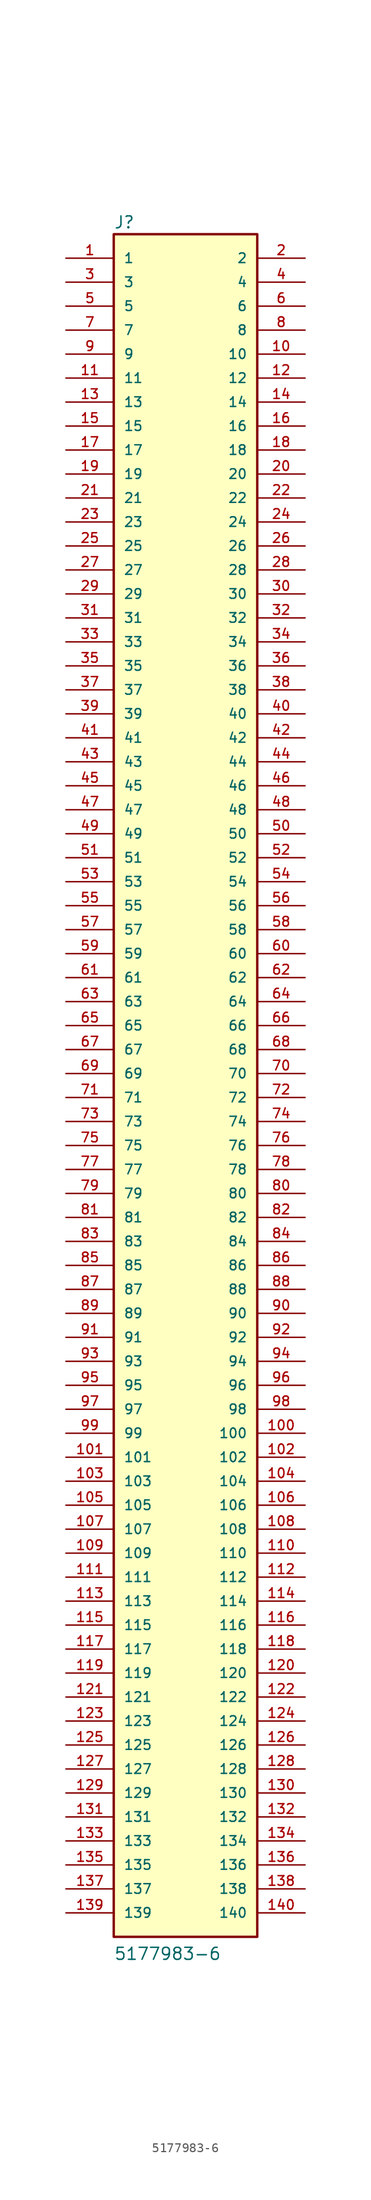
<source format=kicad_sym>
(kicad_symbol_lib
  (version 20211014)
  (generator kicad_symbol_editor)
  (symbol "5177983-6"
    (pin_names
      (offset 1.016))
    (property "Reference" "J"
      (at -7.62 89.408 0)
      (effects (font (size 1.27 1.27)) (justify left bottom)))
    (property "Value" "5177983-6"
      (at -7.62 -93.98 0)
      (effects (font (size 1.27 1.27)) (justify left bottom)))
    (symbol "5177983-6_0_0"
      (rectangle (start -7.62 -91.44) (end 7.62 88.9) (stroke (width 0.254) (type default) (color 0 0 0 0)) (fill (type background)))
      (pin passive line (at -12.7 86.36 0) (length 5.08) (name "1" (effects (font (size 1.016 1.016)))) (number "1" (effects (font (size 1.016 1.016)))))
      (pin passive line (at 12.7 76.2 180) (length 5.08) (name "10" (effects (font (size 1.016 1.016)))) (number "10" (effects (font (size 1.016 1.016)))))
      (pin passive line (at 12.7 -38.1 180) (length 5.08) (name "100" (effects (font (size 1.016 1.016)))) (number "100" (effects (font (size 1.016 1.016)))))
      (pin passive line (at -12.7 -40.64 0) (length 5.08) (name "101" (effects (font (size 1.016 1.016)))) (number "101" (effects (font (size 1.016 1.016)))))
      (pin passive line (at 12.7 -40.64 180) (length 5.08) (name "102" (effects (font (size 1.016 1.016)))) (number "102" (effects (font (size 1.016 1.016)))))
      (pin passive line (at -12.7 -43.18 0) (length 5.08) (name "103" (effects (font (size 1.016 1.016)))) (number "103" (effects (font (size 1.016 1.016)))))
      (pin passive line (at 12.7 -43.18 180) (length 5.08) (name "104" (effects (font (size 1.016 1.016)))) (number "104" (effects (font (size 1.016 1.016)))))
      (pin passive line (at -12.7 -45.72 0) (length 5.08) (name "105" (effects (font (size 1.016 1.016)))) (number "105" (effects (font (size 1.016 1.016)))))
      (pin passive line (at 12.7 -45.72 180) (length 5.08) (name "106" (effects (font (size 1.016 1.016)))) (number "106" (effects (font (size 1.016 1.016)))))
      (pin passive line (at -12.7 -48.26 0) (length 5.08) (name "107" (effects (font (size 1.016 1.016)))) (number "107" (effects (font (size 1.016 1.016)))))
      (pin passive line (at 12.7 -48.26 180) (length 5.08) (name "108" (effects (font (size 1.016 1.016)))) (number "108" (effects (font (size 1.016 1.016)))))
      (pin passive line (at -12.7 -50.8 0) (length 5.08) (name "109" (effects (font (size 1.016 1.016)))) (number "109" (effects (font (size 1.016 1.016)))))
      (pin passive line (at -12.7 73.66 0) (length 5.08) (name "11" (effects (font (size 1.016 1.016)))) (number "11" (effects (font (size 1.016 1.016)))))
      (pin passive line (at 12.7 -50.8 180) (length 5.08) (name "110" (effects (font (size 1.016 1.016)))) (number "110" (effects (font (size 1.016 1.016)))))
      (pin passive line (at -12.7 -53.34 0) (length 5.08) (name "111" (effects (font (size 1.016 1.016)))) (number "111" (effects (font (size 1.016 1.016)))))
      (pin passive line (at 12.7 -53.34 180) (length 5.08) (name "112" (effects (font (size 1.016 1.016)))) (number "112" (effects (font (size 1.016 1.016)))))
      (pin passive line (at -12.7 -55.88 0) (length 5.08) (name "113" (effects (font (size 1.016 1.016)))) (number "113" (effects (font (size 1.016 1.016)))))
      (pin passive line (at 12.7 -55.88 180) (length 5.08) (name "114" (effects (font (size 1.016 1.016)))) (number "114" (effects (font (size 1.016 1.016)))))
      (pin passive line (at -12.7 -58.42 0) (length 5.08) (name "115" (effects (font (size 1.016 1.016)))) (number "115" (effects (font (size 1.016 1.016)))))
      (pin passive line (at 12.7 -58.42 180) (length 5.08) (name "116" (effects (font (size 1.016 1.016)))) (number "116" (effects (font (size 1.016 1.016)))))
      (pin passive line (at -12.7 -60.96 0) (length 5.08) (name "117" (effects (font (size 1.016 1.016)))) (number "117" (effects (font (size 1.016 1.016)))))
      (pin passive line (at 12.7 -60.96 180) (length 5.08) (name "118" (effects (font (size 1.016 1.016)))) (number "118" (effects (font (size 1.016 1.016)))))
      (pin passive line (at -12.7 -63.5 0) (length 5.08) (name "119" (effects (font (size 1.016 1.016)))) (number "119" (effects (font (size 1.016 1.016)))))
      (pin passive line (at 12.7 73.66 180) (length 5.08) (name "12" (effects (font (size 1.016 1.016)))) (number "12" (effects (font (size 1.016 1.016)))))
      (pin passive line (at 12.7 -63.5 180) (length 5.08) (name "120" (effects (font (size 1.016 1.016)))) (number "120" (effects (font (size 1.016 1.016)))))
      (pin passive line (at -12.7 -66.04 0) (length 5.08) (name "121" (effects (font (size 1.016 1.016)))) (number "121" (effects (font (size 1.016 1.016)))))
      (pin passive line (at 12.7 -66.04 180) (length 5.08) (name "122" (effects (font (size 1.016 1.016)))) (number "122" (effects (font (size 1.016 1.016)))))
      (pin passive line (at -12.7 -68.58 0) (length 5.08) (name "123" (effects (font (size 1.016 1.016)))) (number "123" (effects (font (size 1.016 1.016)))))
      (pin passive line (at 12.7 -68.58 180) (length 5.08) (name "124" (effects (font (size 1.016 1.016)))) (number "124" (effects (font (size 1.016 1.016)))))
      (pin passive line (at -12.7 -71.12 0) (length 5.08) (name "125" (effects (font (size 1.016 1.016)))) (number "125" (effects (font (size 1.016 1.016)))))
      (pin passive line (at 12.7 -71.12 180) (length 5.08) (name "126" (effects (font (size 1.016 1.016)))) (number "126" (effects (font (size 1.016 1.016)))))
      (pin passive line (at -12.7 -73.66 0) (length 5.08) (name "127" (effects (font (size 1.016 1.016)))) (number "127" (effects (font (size 1.016 1.016)))))
      (pin passive line (at 12.7 -73.66 180) (length 5.08) (name "128" (effects (font (size 1.016 1.016)))) (number "128" (effects (font (size 1.016 1.016)))))
      (pin passive line (at -12.7 -76.2 0) (length 5.08) (name "129" (effects (font (size 1.016 1.016)))) (number "129" (effects (font (size 1.016 1.016)))))
      (pin passive line (at -12.7 71.12 0) (length 5.08) (name "13" (effects (font (size 1.016 1.016)))) (number "13" (effects (font (size 1.016 1.016)))))
      (pin passive line (at 12.7 -76.2 180) (length 5.08) (name "130" (effects (font (size 1.016 1.016)))) (number "130" (effects (font (size 1.016 1.016)))))
      (pin passive line (at -12.7 -78.74 0) (length 5.08) (name "131" (effects (font (size 1.016 1.016)))) (number "131" (effects (font (size 1.016 1.016)))))
      (pin passive line (at 12.7 -78.74 180) (length 5.08) (name "132" (effects (font (size 1.016 1.016)))) (number "132" (effects (font (size 1.016 1.016)))))
      (pin passive line (at -12.7 -81.28 0) (length 5.08) (name "133" (effects (font (size 1.016 1.016)))) (number "133" (effects (font (size 1.016 1.016)))))
      (pin passive line (at 12.7 -81.28 180) (length 5.08) (name "134" (effects (font (size 1.016 1.016)))) (number "134" (effects (font (size 1.016 1.016)))))
      (pin passive line (at -12.7 -83.82 0) (length 5.08) (name "135" (effects (font (size 1.016 1.016)))) (number "135" (effects (font (size 1.016 1.016)))))
      (pin passive line (at 12.7 -83.82 180) (length 5.08) (name "136" (effects (font (size 1.016 1.016)))) (number "136" (effects (font (size 1.016 1.016)))))
      (pin passive line (at -12.7 -86.36 0) (length 5.08) (name "137" (effects (font (size 1.016 1.016)))) (number "137" (effects (font (size 1.016 1.016)))))
      (pin passive line (at 12.7 -86.36 180) (length 5.08) (name "138" (effects (font (size 1.016 1.016)))) (number "138" (effects (font (size 1.016 1.016)))))
      (pin passive line (at -12.7 -88.9 0) (length 5.08) (name "139" (effects (font (size 1.016 1.016)))) (number "139" (effects (font (size 1.016 1.016)))))
      (pin passive line (at 12.7 71.12 180) (length 5.08) (name "14" (effects (font (size 1.016 1.016)))) (number "14" (effects (font (size 1.016 1.016)))))
      (pin passive line (at 12.7 -88.9 180) (length 5.08) (name "140" (effects (font (size 1.016 1.016)))) (number "140" (effects (font (size 1.016 1.016)))))
      (pin passive line (at -12.7 68.58 0) (length 5.08) (name "15" (effects (font (size 1.016 1.016)))) (number "15" (effects (font (size 1.016 1.016)))))
      (pin passive line (at 12.7 68.58 180) (length 5.08) (name "16" (effects (font (size 1.016 1.016)))) (number "16" (effects (font (size 1.016 1.016)))))
      (pin passive line (at -12.7 66.04 0) (length 5.08) (name "17" (effects (font (size 1.016 1.016)))) (number "17" (effects (font (size 1.016 1.016)))))
      (pin passive line (at 12.7 66.04 180) (length 5.08) (name "18" (effects (font (size 1.016 1.016)))) (number "18" (effects (font (size 1.016 1.016)))))
      (pin passive line (at -12.7 63.5 0) (length 5.08) (name "19" (effects (font (size 1.016 1.016)))) (number "19" (effects (font (size 1.016 1.016)))))
      (pin passive line (at 12.7 86.36 180) (length 5.08) (name "2" (effects (font (size 1.016 1.016)))) (number "2" (effects (font (size 1.016 1.016)))))
      (pin passive line (at 12.7 63.5 180) (length 5.08) (name "20" (effects (font (size 1.016 1.016)))) (number "20" (effects (font (size 1.016 1.016)))))
      (pin passive line (at -12.7 60.96 0) (length 5.08) (name "21" (effects (font (size 1.016 1.016)))) (number "21" (effects (font (size 1.016 1.016)))))
      (pin passive line (at 12.7 60.96 180) (length 5.08) (name "22" (effects (font (size 1.016 1.016)))) (number "22" (effects (font (size 1.016 1.016)))))
      (pin passive line (at -12.7 58.42 0) (length 5.08) (name "23" (effects (font (size 1.016 1.016)))) (number "23" (effects (font (size 1.016 1.016)))))
      (pin passive line (at 12.7 58.42 180) (length 5.08) (name "24" (effects (font (size 1.016 1.016)))) (number "24" (effects (font (size 1.016 1.016)))))
      (pin passive line (at -12.7 55.88 0) (length 5.08) (name "25" (effects (font (size 1.016 1.016)))) (number "25" (effects (font (size 1.016 1.016)))))
      (pin passive line (at 12.7 55.88 180) (length 5.08) (name "26" (effects (font (size 1.016 1.016)))) (number "26" (effects (font (size 1.016 1.016)))))
      (pin passive line (at -12.7 53.34 0) (length 5.08) (name "27" (effects (font (size 1.016 1.016)))) (number "27" (effects (font (size 1.016 1.016)))))
      (pin passive line (at 12.7 53.34 180) (length 5.08) (name "28" (effects (font (size 1.016 1.016)))) (number "28" (effects (font (size 1.016 1.016)))))
      (pin passive line (at -12.7 50.8 0) (length 5.08) (name "29" (effects (font (size 1.016 1.016)))) (number "29" (effects (font (size 1.016 1.016)))))
      (pin passive line (at -12.7 83.82 0) (length 5.08) (name "3" (effects (font (size 1.016 1.016)))) (number "3" (effects (font (size 1.016 1.016)))))
      (pin passive line (at 12.7 50.8 180) (length 5.08) (name "30" (effects (font (size 1.016 1.016)))) (number "30" (effects (font (size 1.016 1.016)))))
      (pin passive line (at -12.7 48.26 0) (length 5.08) (name "31" (effects (font (size 1.016 1.016)))) (number "31" (effects (font (size 1.016 1.016)))))
      (pin passive line (at 12.7 48.26 180) (length 5.08) (name "32" (effects (font (size 1.016 1.016)))) (number "32" (effects (font (size 1.016 1.016)))))
      (pin passive line (at -12.7 45.72 0) (length 5.08) (name "33" (effects (font (size 1.016 1.016)))) (number "33" (effects (font (size 1.016 1.016)))))
      (pin passive line (at 12.7 45.72 180) (length 5.08) (name "34" (effects (font (size 1.016 1.016)))) (number "34" (effects (font (size 1.016 1.016)))))
      (pin passive line (at -12.7 43.18 0) (length 5.08) (name "35" (effects (font (size 1.016 1.016)))) (number "35" (effects (font (size 1.016 1.016)))))
      (pin passive line (at 12.7 43.18 180) (length 5.08) (name "36" (effects (font (size 1.016 1.016)))) (number "36" (effects (font (size 1.016 1.016)))))
      (pin passive line (at -12.7 40.64 0) (length 5.08) (name "37" (effects (font (size 1.016 1.016)))) (number "37" (effects (font (size 1.016 1.016)))))
      (pin passive line (at 12.7 40.64 180) (length 5.08) (name "38" (effects (font (size 1.016 1.016)))) (number "38" (effects (font (size 1.016 1.016)))))
      (pin passive line (at -12.7 38.1 0) (length 5.08) (name "39" (effects (font (size 1.016 1.016)))) (number "39" (effects (font (size 1.016 1.016)))))
      (pin passive line (at 12.7 83.82 180) (length 5.08) (name "4" (effects (font (size 1.016 1.016)))) (number "4" (effects (font (size 1.016 1.016)))))
      (pin passive line (at 12.7 38.1 180) (length 5.08) (name "40" (effects (font (size 1.016 1.016)))) (number "40" (effects (font (size 1.016 1.016)))))
      (pin passive line (at -12.7 35.56 0) (length 5.08) (name "41" (effects (font (size 1.016 1.016)))) (number "41" (effects (font (size 1.016 1.016)))))
      (pin passive line (at 12.7 35.56 180) (length 5.08) (name "42" (effects (font (size 1.016 1.016)))) (number "42" (effects (font (size 1.016 1.016)))))
      (pin passive line (at -12.7 33.02 0) (length 5.08) (name "43" (effects (font (size 1.016 1.016)))) (number "43" (effects (font (size 1.016 1.016)))))
      (pin passive line (at 12.7 33.02 180) (length 5.08) (name "44" (effects (font (size 1.016 1.016)))) (number "44" (effects (font (size 1.016 1.016)))))
      (pin passive line (at -12.7 30.48 0) (length 5.08) (name "45" (effects (font (size 1.016 1.016)))) (number "45" (effects (font (size 1.016 1.016)))))
      (pin passive line (at 12.7 30.48 180) (length 5.08) (name "46" (effects (font (size 1.016 1.016)))) (number "46" (effects (font (size 1.016 1.016)))))
      (pin passive line (at -12.7 27.94 0) (length 5.08) (name "47" (effects (font (size 1.016 1.016)))) (number "47" (effects (font (size 1.016 1.016)))))
      (pin passive line (at 12.7 27.94 180) (length 5.08) (name "48" (effects (font (size 1.016 1.016)))) (number "48" (effects (font (size 1.016 1.016)))))
      (pin passive line (at -12.7 25.4 0) (length 5.08) (name "49" (effects (font (size 1.016 1.016)))) (number "49" (effects (font (size 1.016 1.016)))))
      (pin passive line (at -12.7 81.28 0) (length 5.08) (name "5" (effects (font (size 1.016 1.016)))) (number "5" (effects (font (size 1.016 1.016)))))
      (pin passive line (at 12.7 25.4 180) (length 5.08) (name "50" (effects (font (size 1.016 1.016)))) (number "50" (effects (font (size 1.016 1.016)))))
      (pin passive line (at -12.7 22.86 0) (length 5.08) (name "51" (effects (font (size 1.016 1.016)))) (number "51" (effects (font (size 1.016 1.016)))))
      (pin passive line (at 12.7 22.86 180) (length 5.08) (name "52" (effects (font (size 1.016 1.016)))) (number "52" (effects (font (size 1.016 1.016)))))
      (pin passive line (at -12.7 20.32 0) (length 5.08) (name "53" (effects (font (size 1.016 1.016)))) (number "53" (effects (font (size 1.016 1.016)))))
      (pin passive line (at 12.7 20.32 180) (length 5.08) (name "54" (effects (font (size 1.016 1.016)))) (number "54" (effects (font (size 1.016 1.016)))))
      (pin passive line (at -12.7 17.78 0) (length 5.08) (name "55" (effects (font (size 1.016 1.016)))) (number "55" (effects (font (size 1.016 1.016)))))
      (pin passive line (at 12.7 17.78 180) (length 5.08) (name "56" (effects (font (size 1.016 1.016)))) (number "56" (effects (font (size 1.016 1.016)))))
      (pin passive line (at -12.7 15.24 0) (length 5.08) (name "57" (effects (font (size 1.016 1.016)))) (number "57" (effects (font (size 1.016 1.016)))))
      (pin passive line (at 12.7 15.24 180) (length 5.08) (name "58" (effects (font (size 1.016 1.016)))) (number "58" (effects (font (size 1.016 1.016)))))
      (pin passive line (at -12.7 12.7 0) (length 5.08) (name "59" (effects (font (size 1.016 1.016)))) (number "59" (effects (font (size 1.016 1.016)))))
      (pin passive line (at 12.7 81.28 180) (length 5.08) (name "6" (effects (font (size 1.016 1.016)))) (number "6" (effects (font (size 1.016 1.016)))))
      (pin passive line (at 12.7 12.7 180) (length 5.08) (name "60" (effects (font (size 1.016 1.016)))) (number "60" (effects (font (size 1.016 1.016)))))
      (pin passive line (at -12.7 10.16 0) (length 5.08) (name "61" (effects (font (size 1.016 1.016)))) (number "61" (effects (font (size 1.016 1.016)))))
      (pin passive line (at 12.7 10.16 180) (length 5.08) (name "62" (effects (font (size 1.016 1.016)))) (number "62" (effects (font (size 1.016 1.016)))))
      (pin passive line (at -12.7 7.62 0) (length 5.08) (name "63" (effects (font (size 1.016 1.016)))) (number "63" (effects (font (size 1.016 1.016)))))
      (pin passive line (at 12.7 7.62 180) (length 5.08) (name "64" (effects (font (size 1.016 1.016)))) (number "64" (effects (font (size 1.016 1.016)))))
      (pin passive line (at -12.7 5.08 0) (length 5.08) (name "65" (effects (font (size 1.016 1.016)))) (number "65" (effects (font (size 1.016 1.016)))))
      (pin passive line (at 12.7 5.08 180) (length 5.08) (name "66" (effects (font (size 1.016 1.016)))) (number "66" (effects (font (size 1.016 1.016)))))
      (pin passive line (at -12.7 2.54 0) (length 5.08) (name "67" (effects (font (size 1.016 1.016)))) (number "67" (effects (font (size 1.016 1.016)))))
      (pin passive line (at 12.7 2.54 180) (length 5.08) (name "68" (effects (font (size 1.016 1.016)))) (number "68" (effects (font (size 1.016 1.016)))))
      (pin passive line (at -12.7 0 0) (length 5.08) (name "69" (effects (font (size 1.016 1.016)))) (number "69" (effects (font (size 1.016 1.016)))))
      (pin passive line (at -12.7 78.74 0) (length 5.08) (name "7" (effects (font (size 1.016 1.016)))) (number "7" (effects (font (size 1.016 1.016)))))
      (pin passive line (at 12.7 0 180) (length 5.08) (name "70" (effects (font (size 1.016 1.016)))) (number "70" (effects (font (size 1.016 1.016)))))
      (pin passive line (at -12.7 -2.54 0) (length 5.08) (name "71" (effects (font (size 1.016 1.016)))) (number "71" (effects (font (size 1.016 1.016)))))
      (pin passive line (at 12.7 -2.54 180) (length 5.08) (name "72" (effects (font (size 1.016 1.016)))) (number "72" (effects (font (size 1.016 1.016)))))
      (pin passive line (at -12.7 -5.08 0) (length 5.08) (name "73" (effects (font (size 1.016 1.016)))) (number "73" (effects (font (size 1.016 1.016)))))
      (pin passive line (at 12.7 -5.08 180) (length 5.08) (name "74" (effects (font (size 1.016 1.016)))) (number "74" (effects (font (size 1.016 1.016)))))
      (pin passive line (at -12.7 -7.62 0) (length 5.08) (name "75" (effects (font (size 1.016 1.016)))) (number "75" (effects (font (size 1.016 1.016)))))
      (pin passive line (at 12.7 -7.62 180) (length 5.08) (name "76" (effects (font (size 1.016 1.016)))) (number "76" (effects (font (size 1.016 1.016)))))
      (pin passive line (at -12.7 -10.16 0) (length 5.08) (name "77" (effects (font (size 1.016 1.016)))) (number "77" (effects (font (size 1.016 1.016)))))
      (pin passive line (at 12.7 -10.16 180) (length 5.08) (name "78" (effects (font (size 1.016 1.016)))) (number "78" (effects (font (size 1.016 1.016)))))
      (pin passive line (at -12.7 -12.7 0) (length 5.08) (name "79" (effects (font (size 1.016 1.016)))) (number "79" (effects (font (size 1.016 1.016)))))
      (pin passive line (at 12.7 78.74 180) (length 5.08) (name "8" (effects (font (size 1.016 1.016)))) (number "8" (effects (font (size 1.016 1.016)))))
      (pin passive line (at 12.7 -12.7 180) (length 5.08) (name "80" (effects (font (size 1.016 1.016)))) (number "80" (effects (font (size 1.016 1.016)))))
      (pin passive line (at -12.7 -15.24 0) (length 5.08) (name "81" (effects (font (size 1.016 1.016)))) (number "81" (effects (font (size 1.016 1.016)))))
      (pin passive line (at 12.7 -15.24 180) (length 5.08) (name "82" (effects (font (size 1.016 1.016)))) (number "82" (effects (font (size 1.016 1.016)))))
      (pin passive line (at -12.7 -17.78 0) (length 5.08) (name "83" (effects (font (size 1.016 1.016)))) (number "83" (effects (font (size 1.016 1.016)))))
      (pin passive line (at 12.7 -17.78 180) (length 5.08) (name "84" (effects (font (size 1.016 1.016)))) (number "84" (effects (font (size 1.016 1.016)))))
      (pin passive line (at -12.7 -20.32 0) (length 5.08) (name "85" (effects (font (size 1.016 1.016)))) (number "85" (effects (font (size 1.016 1.016)))))
      (pin passive line (at 12.7 -20.32 180) (length 5.08) (name "86" (effects (font (size 1.016 1.016)))) (number "86" (effects (font (size 1.016 1.016)))))
      (pin passive line (at -12.7 -22.86 0) (length 5.08) (name "87" (effects (font (size 1.016 1.016)))) (number "87" (effects (font (size 1.016 1.016)))))
      (pin passive line (at 12.7 -22.86 180) (length 5.08) (name "88" (effects (font (size 1.016 1.016)))) (number "88" (effects (font (size 1.016 1.016)))))
      (pin passive line (at -12.7 -25.4 0) (length 5.08) (name "89" (effects (font (size 1.016 1.016)))) (number "89" (effects (font (size 1.016 1.016)))))
      (pin passive line (at -12.7 76.2 0) (length 5.08) (name "9" (effects (font (size 1.016 1.016)))) (number "9" (effects (font (size 1.016 1.016)))))
      (pin passive line (at 12.7 -25.4 180) (length 5.08) (name "90" (effects (font (size 1.016 1.016)))) (number "90" (effects (font (size 1.016 1.016)))))
      (pin passive line (at -12.7 -27.94 0) (length 5.08) (name "91" (effects (font (size 1.016 1.016)))) (number "91" (effects (font (size 1.016 1.016)))))
      (pin passive line (at 12.7 -27.94 180) (length 5.08) (name "92" (effects (font (size 1.016 1.016)))) (number "92" (effects (font (size 1.016 1.016)))))
      (pin passive line (at -12.7 -30.48 0) (length 5.08) (name "93" (effects (font (size 1.016 1.016)))) (number "93" (effects (font (size 1.016 1.016)))))
      (pin passive line (at 12.7 -30.48 180) (length 5.08) (name "94" (effects (font (size 1.016 1.016)))) (number "94" (effects (font (size 1.016 1.016)))))
      (pin passive line (at -12.7 -33.02 0) (length 5.08) (name "95" (effects (font (size 1.016 1.016)))) (number "95" (effects (font (size 1.016 1.016)))))
      (pin passive line (at 12.7 -33.02 180) (length 5.08) (name "96" (effects (font (size 1.016 1.016)))) (number "96" (effects (font (size 1.016 1.016)))))
      (pin passive line (at -12.7 -35.56 0) (length 5.08) (name "97" (effects (font (size 1.016 1.016)))) (number "97" (effects (font (size 1.016 1.016)))))
      (pin passive line (at 12.7 -35.56 180) (length 5.08) (name "98" (effects (font (size 1.016 1.016)))) (number "98" (effects (font (size 1.016 1.016)))))
      (pin passive line (at -12.7 -38.1 0) (length 5.08) (name "99" (effects (font (size 1.016 1.016)))) (number "99" (effects (font (size 1.016 1.016))))))))
</source>
